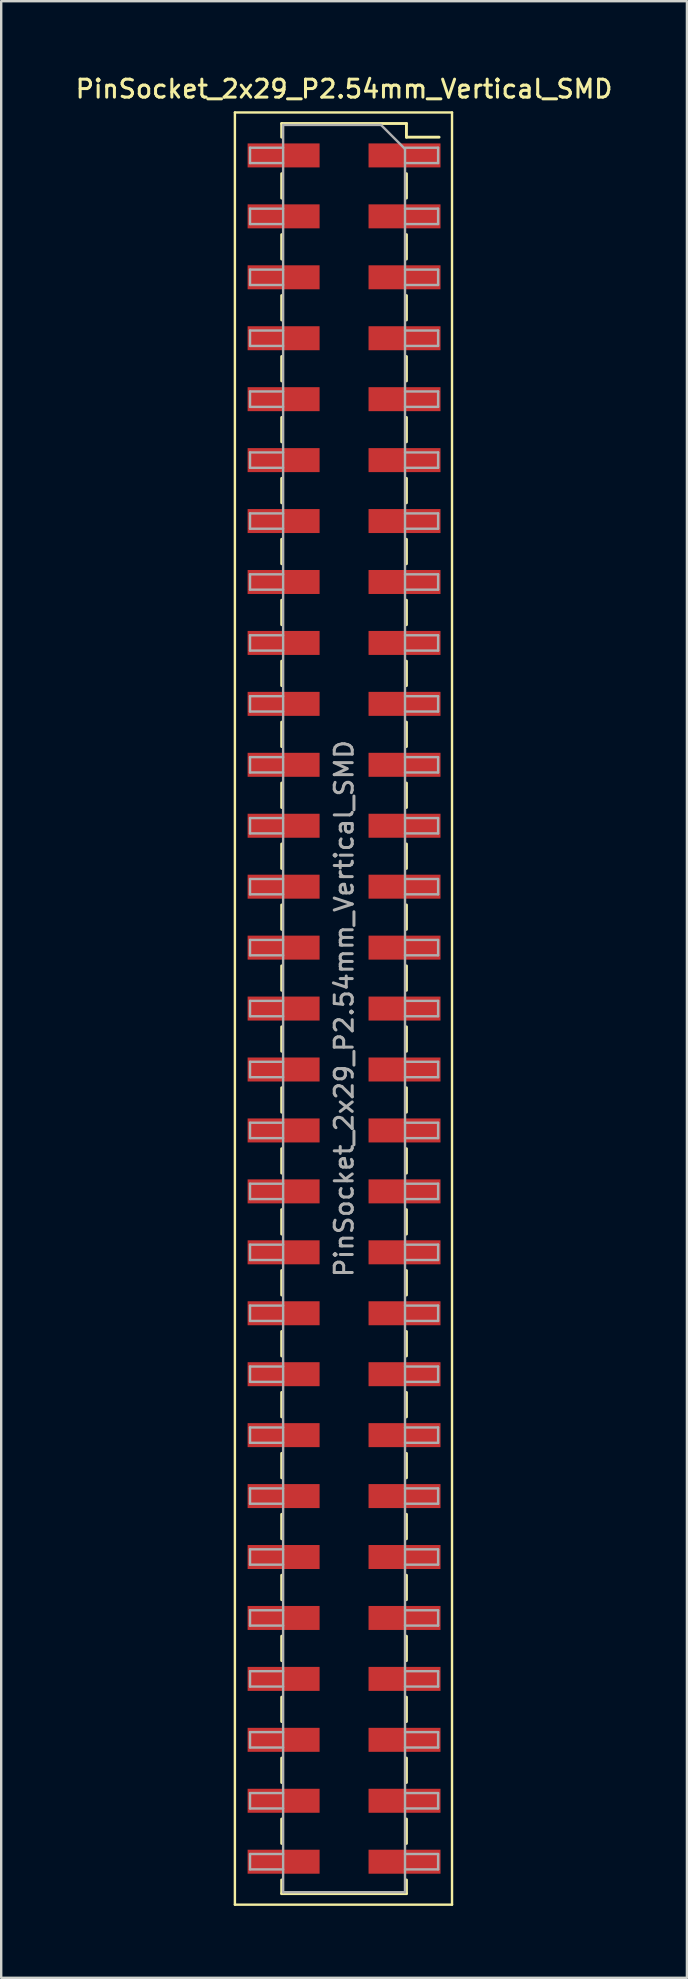
<source format=kicad_pcb>
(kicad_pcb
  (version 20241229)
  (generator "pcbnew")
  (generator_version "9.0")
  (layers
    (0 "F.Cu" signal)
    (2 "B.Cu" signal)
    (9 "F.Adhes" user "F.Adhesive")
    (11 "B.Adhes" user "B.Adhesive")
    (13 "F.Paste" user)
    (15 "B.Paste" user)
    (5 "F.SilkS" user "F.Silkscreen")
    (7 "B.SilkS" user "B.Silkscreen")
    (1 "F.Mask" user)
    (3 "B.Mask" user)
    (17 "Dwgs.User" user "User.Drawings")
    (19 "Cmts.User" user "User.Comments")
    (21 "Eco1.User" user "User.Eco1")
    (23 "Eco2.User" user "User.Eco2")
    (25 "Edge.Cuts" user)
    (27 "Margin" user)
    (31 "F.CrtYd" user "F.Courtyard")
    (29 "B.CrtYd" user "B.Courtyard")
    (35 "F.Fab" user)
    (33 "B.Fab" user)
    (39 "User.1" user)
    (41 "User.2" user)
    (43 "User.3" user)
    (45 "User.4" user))
  (footprint "PinSocket_2x29_P2.54mm_Vertical_SMD"
    (layer "F.Cu")
    (at 11.291 38.988)
    (property "Reference" "PinSocket_2x29_P2.54mm_Vertical_SMD" (at 0 -38.33 0) (layer "F.SilkS") (effects (font (size 0.75 0.75) (thickness 0.125))))
    (attr smd)
    (fp_line (start -4.55 -37.35) (end 4.5 -37.35) (stroke (width 0.1) (type solid)) (layer "F.SilkS"))
    (fp_line (start -4.55 37.35) (end -4.55 -37.35) (stroke (width 0.1) (type solid)) (layer "F.SilkS"))
    (fp_line (start -2.6 -36.89) (end -2.6 -36.32) (stroke (width 0.12) (type solid)) (layer "F.SilkS"))
    (fp_line (start -2.6 -36.89) (end 2.6 -36.89) (stroke (width 0.12) (type solid)) (layer "F.SilkS"))
    (fp_line (start -2.6 -34.8) (end -2.6 -33.78) (stroke (width 0.12) (type solid)) (layer "F.SilkS"))
    (fp_line (start -2.6 -32.26) (end -2.6 -31.24) (stroke (width 0.12) (type solid)) (layer "F.SilkS"))
    (fp_line (start -2.6 -29.72) (end -2.6 -28.7) (stroke (width 0.12) (type solid)) (layer "F.SilkS"))
    (fp_line (start -2.6 -27.18) (end -2.6 -26.16) (stroke (width 0.12) (type solid)) (layer "F.SilkS"))
    (fp_line (start -2.6 -24.64) (end -2.6 -23.62) (stroke (width 0.12) (type solid)) (layer "F.SilkS"))
    (fp_line (start -2.6 -22.1) (end -2.6 -21.08) (stroke (width 0.12) (type solid)) (layer "F.SilkS"))
    (fp_line (start -2.6 -19.56) (end -2.6 -18.54) (stroke (width 0.12) (type solid)) (layer "F.SilkS"))
    (fp_line (start -2.6 -17.02) (end -2.6 -16) (stroke (width 0.12) (type solid)) (layer "F.SilkS"))
    (fp_line (start -2.6 -14.48) (end -2.6 -13.46) (stroke (width 0.12) (type solid)) (layer "F.SilkS"))
    (fp_line (start -2.6 -11.94) (end -2.6 -10.92) (stroke (width 0.12) (type solid)) (layer "F.SilkS"))
    (fp_line (start -2.6 -9.4) (end -2.6 -8.38) (stroke (width 0.12) (type solid)) (layer "F.SilkS"))
    (fp_line (start -2.6 -6.86) (end -2.6 -5.84) (stroke (width 0.12) (type solid)) (layer "F.SilkS"))
    (fp_line (start -2.6 -4.32) (end -2.6 -3.3) (stroke (width 0.12) (type solid)) (layer "F.SilkS"))
    (fp_line (start -2.6 -1.78) (end -2.6 -0.76) (stroke (width 0.12) (type solid)) (layer "F.SilkS"))
    (fp_line (start -2.6 0.76) (end -2.6 1.78) (stroke (width 0.12) (type solid)) (layer "F.SilkS"))
    (fp_line (start -2.6 3.3) (end -2.6 4.32) (stroke (width 0.12) (type solid)) (layer "F.SilkS"))
    (fp_line (start -2.6 5.84) (end -2.6 6.86) (stroke (width 0.12) (type solid)) (layer "F.SilkS"))
    (fp_line (start -2.6 8.38) (end -2.6 9.4) (stroke (width 0.12) (type solid)) (layer "F.SilkS"))
    (fp_line (start -2.6 10.92) (end -2.6 11.94) (stroke (width 0.12) (type solid)) (layer "F.SilkS"))
    (fp_line (start -2.6 13.46) (end -2.6 14.48) (stroke (width 0.12) (type solid)) (layer "F.SilkS"))
    (fp_line (start -2.6 16) (end -2.6 17.02) (stroke (width 0.12) (type solid)) (layer "F.SilkS"))
    (fp_line (start -2.6 18.54) (end -2.6 19.56) (stroke (width 0.12) (type solid)) (layer "F.SilkS"))
    (fp_line (start -2.6 21.08) (end -2.6 22.1) (stroke (width 0.12) (type solid)) (layer "F.SilkS"))
    (fp_line (start -2.6 23.62) (end -2.6 24.64) (stroke (width 0.12) (type solid)) (layer "F.SilkS"))
    (fp_line (start -2.6 26.16) (end -2.6 27.18) (stroke (width 0.12) (type solid)) (layer "F.SilkS"))
    (fp_line (start -2.6 28.7) (end -2.6 29.72) (stroke (width 0.12) (type solid)) (layer "F.SilkS"))
    (fp_line (start -2.6 31.24) (end -2.6 32.26) (stroke (width 0.12) (type solid)) (layer "F.SilkS"))
    (fp_line (start -2.6 33.78) (end -2.6 34.8) (stroke (width 0.12) (type solid)) (layer "F.SilkS"))
    (fp_line (start -2.6 36.32) (end -2.6 36.89) (stroke (width 0.12) (type solid)) (layer "F.SilkS"))
    (fp_line (start -2.6 36.89) (end 2.6 36.89) (stroke (width 0.12) (type solid)) (layer "F.SilkS"))
    (fp_line (start 2.6 -36.89) (end 2.6 -36.32) (stroke (width 0.12) (type solid)) (layer "F.SilkS"))
    (fp_line (start 2.6 -36.32) (end 3.96 -36.32) (stroke (width 0.12) (type solid)) (layer "F.SilkS"))
    (fp_line (start 2.6 -34.8) (end 2.6 -33.78) (stroke (width 0.12) (type solid)) (layer "F.SilkS"))
    (fp_line (start 2.6 -32.26) (end 2.6 -31.24) (stroke (width 0.12) (type solid)) (layer "F.SilkS"))
    (fp_line (start 2.6 -29.72) (end 2.6 -28.7) (stroke (width 0.12) (type solid)) (layer "F.SilkS"))
    (fp_line (start 2.6 -27.18) (end 2.6 -26.16) (stroke (width 0.12) (type solid)) (layer "F.SilkS"))
    (fp_line (start 2.6 -24.64) (end 2.6 -23.62) (stroke (width 0.12) (type solid)) (layer "F.SilkS"))
    (fp_line (start 2.6 -22.1) (end 2.6 -21.08) (stroke (width 0.12) (type solid)) (layer "F.SilkS"))
    (fp_line (start 2.6 -19.56) (end 2.6 -18.54) (stroke (width 0.12) (type solid)) (layer "F.SilkS"))
    (fp_line (start 2.6 -17.02) (end 2.6 -16) (stroke (width 0.12) (type solid)) (layer "F.SilkS"))
    (fp_line (start 2.6 -14.48) (end 2.6 -13.46) (stroke (width 0.12) (type solid)) (layer "F.SilkS"))
    (fp_line (start 2.6 -11.94) (end 2.6 -10.92) (stroke (width 0.12) (type solid)) (layer "F.SilkS"))
    (fp_line (start 2.6 -9.4) (end 2.6 -8.38) (stroke (width 0.12) (type solid)) (layer "F.SilkS"))
    (fp_line (start 2.6 -6.86) (end 2.6 -5.84) (stroke (width 0.12) (type solid)) (layer "F.SilkS"))
    (fp_line (start 2.6 -4.32) (end 2.6 -3.3) (stroke (width 0.12) (type solid)) (layer "F.SilkS"))
    (fp_line (start 2.6 -1.78) (end 2.6 -0.76) (stroke (width 0.12) (type solid)) (layer "F.SilkS"))
    (fp_line (start 2.6 0.76) (end 2.6 1.78) (stroke (width 0.12) (type solid)) (layer "F.SilkS"))
    (fp_line (start 2.6 3.3) (end 2.6 4.32) (stroke (width 0.12) (type solid)) (layer "F.SilkS"))
    (fp_line (start 2.6 5.84) (end 2.6 6.86) (stroke (width 0.12) (type solid)) (layer "F.SilkS"))
    (fp_line (start 2.6 8.38) (end 2.6 9.4) (stroke (width 0.12) (type solid)) (layer "F.SilkS"))
    (fp_line (start 2.6 10.92) (end 2.6 11.94) (stroke (width 0.12) (type solid)) (layer "F.SilkS"))
    (fp_line (start 2.6 13.46) (end 2.6 14.48) (stroke (width 0.12) (type solid)) (layer "F.SilkS"))
    (fp_line (start 2.6 16) (end 2.6 17.02) (stroke (width 0.12) (type solid)) (layer "F.SilkS"))
    (fp_line (start 2.6 18.54) (end 2.6 19.56) (stroke (width 0.12) (type solid)) (layer "F.SilkS"))
    (fp_line (start 2.6 21.08) (end 2.6 22.1) (stroke (width 0.12) (type solid)) (layer "F.SilkS"))
    (fp_line (start 2.6 23.62) (end 2.6 24.64) (stroke (width 0.12) (type solid)) (layer "F.SilkS"))
    (fp_line (start 2.6 26.16) (end 2.6 27.18) (stroke (width 0.12) (type solid)) (layer "F.SilkS"))
    (fp_line (start 2.6 28.7) (end 2.6 29.72) (stroke (width 0.12) (type solid)) (layer "F.SilkS"))
    (fp_line (start 2.6 31.24) (end 2.6 32.26) (stroke (width 0.12) (type solid)) (layer "F.SilkS"))
    (fp_line (start 2.6 33.78) (end 2.6 34.8) (stroke (width 0.12) (type solid)) (layer "F.SilkS"))
    (fp_line (start 2.6 36.32) (end 2.6 36.89) (stroke (width 0.12) (type solid)) (layer "F.SilkS"))
    (fp_line (start 4.5 -37.35) (end 4.5 37.35) (stroke (width 0.1) (type solid)) (layer "F.SilkS"))
    (fp_line (start 4.5 37.35) (end -4.55 37.35) (stroke (width 0.1) (type solid)) (layer "F.SilkS"))
    (fp_line (start -3.92 -35.88) (end -2.54 -35.88) (stroke (width 0.1) (type solid)) (layer "F.Fab"))
    (fp_line (start -3.92 -35.24) (end -3.92 -35.88) (stroke (width 0.1) (type solid)) (layer "F.Fab"))
    (fp_line (start -3.92 -33.34) (end -2.54 -33.34) (stroke (width 0.1) (type solid)) (layer "F.Fab"))
    (fp_line (start -3.92 -32.7) (end -3.92 -33.34) (stroke (width 0.1) (type solid)) (layer "F.Fab"))
    (fp_line (start -3.92 -30.8) (end -2.54 -30.8) (stroke (width 0.1) (type solid)) (layer "F.Fab"))
    (fp_line (start -3.92 -30.16) (end -3.92 -30.8) (stroke (width 0.1) (type solid)) (layer "F.Fab"))
    (fp_line (start -3.92 -28.26) (end -2.54 -28.26) (stroke (width 0.1) (type solid)) (layer "F.Fab"))
    (fp_line (start -3.92 -27.62) (end -3.92 -28.26) (stroke (width 0.1) (type solid)) (layer "F.Fab"))
    (fp_line (start -3.92 -25.72) (end -2.54 -25.72) (stroke (width 0.1) (type solid)) (layer "F.Fab"))
    (fp_line (start -3.92 -25.08) (end -3.92 -25.72) (stroke (width 0.1) (type solid)) (layer "F.Fab"))
    (fp_line (start -3.92 -23.18) (end -2.54 -23.18) (stroke (width 0.1) (type solid)) (layer "F.Fab"))
    (fp_line (start -3.92 -22.54) (end -3.92 -23.18) (stroke (width 0.1) (type solid)) (layer "F.Fab"))
    (fp_line (start -3.92 -20.64) (end -2.54 -20.64) (stroke (width 0.1) (type solid)) (layer "F.Fab"))
    (fp_line (start -3.92 -20) (end -3.92 -20.64) (stroke (width 0.1) (type solid)) (layer "F.Fab"))
    (fp_line (start -3.92 -18.1) (end -2.54 -18.1) (stroke (width 0.1) (type solid)) (layer "F.Fab"))
    (fp_line (start -3.92 -17.46) (end -3.92 -18.1) (stroke (width 0.1) (type solid)) (layer "F.Fab"))
    (fp_line (start -3.92 -15.56) (end -2.54 -15.56) (stroke (width 0.1) (type solid)) (layer "F.Fab"))
    (fp_line (start -3.92 -14.92) (end -3.92 -15.56) (stroke (width 0.1) (type solid)) (layer "F.Fab"))
    (fp_line (start -3.92 -13.02) (end -2.54 -13.02) (stroke (width 0.1) (type solid)) (layer "F.Fab"))
    (fp_line (start -3.92 -12.38) (end -3.92 -13.02) (stroke (width 0.1) (type solid)) (layer "F.Fab"))
    (fp_line (start -3.92 -10.48) (end -2.54 -10.48) (stroke (width 0.1) (type solid)) (layer "F.Fab"))
    (fp_line (start -3.92 -9.84) (end -3.92 -10.48) (stroke (width 0.1) (type solid)) (layer "F.Fab"))
    (fp_line (start -3.92 -7.94) (end -2.54 -7.94) (stroke (width 0.1) (type solid)) (layer "F.Fab"))
    (fp_line (start -3.92 -7.3) (end -3.92 -7.94) (stroke (width 0.1) (type solid)) (layer "F.Fab"))
    (fp_line (start -3.92 -5.4) (end -2.54 -5.4) (stroke (width 0.1) (type solid)) (layer "F.Fab"))
    (fp_line (start -3.92 -4.76) (end -3.92 -5.4) (stroke (width 0.1) (type solid)) (layer "F.Fab"))
    (fp_line (start -3.92 -2.86) (end -2.54 -2.86) (stroke (width 0.1) (type solid)) (layer "F.Fab"))
    (fp_line (start -3.92 -2.22) (end -3.92 -2.86) (stroke (width 0.1) (type solid)) (layer "F.Fab"))
    (fp_line (start -3.92 -0.32) (end -2.54 -0.32) (stroke (width 0.1) (type solid)) (layer "F.Fab"))
    (fp_line (start -3.92 0.32) (end -3.92 -0.32) (stroke (width 0.1) (type solid)) (layer "F.Fab"))
    (fp_line (start -3.92 2.22) (end -2.54 2.22) (stroke (width 0.1) (type solid)) (layer "F.Fab"))
    (fp_line (start -3.92 2.86) (end -3.92 2.22) (stroke (width 0.1) (type solid)) (layer "F.Fab"))
    (fp_line (start -3.92 4.76) (end -2.54 4.76) (stroke (width 0.1) (type solid)) (layer "F.Fab"))
    (fp_line (start -3.92 5.4) (end -3.92 4.76) (stroke (width 0.1) (type solid)) (layer "F.Fab"))
    (fp_line (start -3.92 7.3) (end -2.54 7.3) (stroke (width 0.1) (type solid)) (layer "F.Fab"))
    (fp_line (start -3.92 7.94) (end -3.92 7.3) (stroke (width 0.1) (type solid)) (layer "F.Fab"))
    (fp_line (start -3.92 9.84) (end -2.54 9.84) (stroke (width 0.1) (type solid)) (layer "F.Fab"))
    (fp_line (start -3.92 10.48) (end -3.92 9.84) (stroke (width 0.1) (type solid)) (layer "F.Fab"))
    (fp_line (start -3.92 12.38) (end -2.54 12.38) (stroke (width 0.1) (type solid)) (layer "F.Fab"))
    (fp_line (start -3.92 13.02) (end -3.92 12.38) (stroke (width 0.1) (type solid)) (layer "F.Fab"))
    (fp_line (start -3.92 14.92) (end -2.54 14.92) (stroke (width 0.1) (type solid)) (layer "F.Fab"))
    (fp_line (start -3.92 15.56) (end -3.92 14.92) (stroke (width 0.1) (type solid)) (layer "F.Fab"))
    (fp_line (start -3.92 17.46) (end -2.54 17.46) (stroke (width 0.1) (type solid)) (layer "F.Fab"))
    (fp_line (start -3.92 18.1) (end -3.92 17.46) (stroke (width 0.1) (type solid)) (layer "F.Fab"))
    (fp_line (start -3.92 20) (end -2.54 20) (stroke (width 0.1) (type solid)) (layer "F.Fab"))
    (fp_line (start -3.92 20.64) (end -3.92 20) (stroke (width 0.1) (type solid)) (layer "F.Fab"))
    (fp_line (start -3.92 22.54) (end -2.54 22.54) (stroke (width 0.1) (type solid)) (layer "F.Fab"))
    (fp_line (start -3.92 23.18) (end -3.92 22.54) (stroke (width 0.1) (type solid)) (layer "F.Fab"))
    (fp_line (start -3.92 25.08) (end -2.54 25.08) (stroke (width 0.1) (type solid)) (layer "F.Fab"))
    (fp_line (start -3.92 25.72) (end -3.92 25.08) (stroke (width 0.1) (type solid)) (layer "F.Fab"))
    (fp_line (start -3.92 27.62) (end -2.54 27.62) (stroke (width 0.1) (type solid)) (layer "F.Fab"))
    (fp_line (start -3.92 28.26) (end -3.92 27.62) (stroke (width 0.1) (type solid)) (layer "F.Fab"))
    (fp_line (start -3.92 30.16) (end -2.54 30.16) (stroke (width 0.1) (type solid)) (layer "F.Fab"))
    (fp_line (start -3.92 30.8) (end -3.92 30.16) (stroke (width 0.1) (type solid)) (layer "F.Fab"))
    (fp_line (start -3.92 32.7) (end -2.54 32.7) (stroke (width 0.1) (type solid)) (layer "F.Fab"))
    (fp_line (start -3.92 33.34) (end -3.92 32.7) (stroke (width 0.1) (type solid)) (layer "F.Fab"))
    (fp_line (start -3.92 35.24) (end -2.54 35.24) (stroke (width 0.1) (type solid)) (layer "F.Fab"))
    (fp_line (start -3.92 35.88) (end -3.92 35.24) (stroke (width 0.1) (type solid)) (layer "F.Fab"))
    (fp_line (start -2.54 -36.83) (end 1.54 -36.83) (stroke (width 0.1) (type solid)) (layer "F.Fab"))
    (fp_line (start -2.54 -35.24) (end -3.92 -35.24) (stroke (width 0.1) (type solid)) (layer "F.Fab"))
    (fp_line (start -2.54 -32.7) (end -3.92 -32.7) (stroke (width 0.1) (type solid)) (layer "F.Fab"))
    (fp_line (start -2.54 -30.16) (end -3.92 -30.16) (stroke (width 0.1) (type solid)) (layer "F.Fab"))
    (fp_line (start -2.54 -27.62) (end -3.92 -27.62) (stroke (width 0.1) (type solid)) (layer "F.Fab"))
    (fp_line (start -2.54 -25.08) (end -3.92 -25.08) (stroke (width 0.1) (type solid)) (layer "F.Fab"))
    (fp_line (start -2.54 -22.54) (end -3.92 -22.54) (stroke (width 0.1) (type solid)) (layer "F.Fab"))
    (fp_line (start -2.54 -20) (end -3.92 -20) (stroke (width 0.1) (type solid)) (layer "F.Fab"))
    (fp_line (start -2.54 -17.46) (end -3.92 -17.46) (stroke (width 0.1) (type solid)) (layer "F.Fab"))
    (fp_line (start -2.54 -14.92) (end -3.92 -14.92) (stroke (width 0.1) (type solid)) (layer "F.Fab"))
    (fp_line (start -2.54 -12.38) (end -3.92 -12.38) (stroke (width 0.1) (type solid)) (layer "F.Fab"))
    (fp_line (start -2.54 -9.84) (end -3.92 -9.84) (stroke (width 0.1) (type solid)) (layer "F.Fab"))
    (fp_line (start -2.54 -7.3) (end -3.92 -7.3) (stroke (width 0.1) (type solid)) (layer "F.Fab"))
    (fp_line (start -2.54 -4.76) (end -3.92 -4.76) (stroke (width 0.1) (type solid)) (layer "F.Fab"))
    (fp_line (start -2.54 -2.22) (end -3.92 -2.22) (stroke (width 0.1) (type solid)) (layer "F.Fab"))
    (fp_line (start -2.54 0.32) (end -3.92 0.32) (stroke (width 0.1) (type solid)) (layer "F.Fab"))
    (fp_line (start -2.54 2.86) (end -3.92 2.86) (stroke (width 0.1) (type solid)) (layer "F.Fab"))
    (fp_line (start -2.54 5.4) (end -3.92 5.4) (stroke (width 0.1) (type solid)) (layer "F.Fab"))
    (fp_line (start -2.54 7.94) (end -3.92 7.94) (stroke (width 0.1) (type solid)) (layer "F.Fab"))
    (fp_line (start -2.54 10.48) (end -3.92 10.48) (stroke (width 0.1) (type solid)) (layer "F.Fab"))
    (fp_line (start -2.54 13.02) (end -3.92 13.02) (stroke (width 0.1) (type solid)) (layer "F.Fab"))
    (fp_line (start -2.54 15.56) (end -3.92 15.56) (stroke (width 0.1) (type solid)) (layer "F.Fab"))
    (fp_line (start -2.54 18.1) (end -3.92 18.1) (stroke (width 0.1) (type solid)) (layer "F.Fab"))
    (fp_line (start -2.54 20.64) (end -3.92 20.64) (stroke (width 0.1) (type solid)) (layer "F.Fab"))
    (fp_line (start -2.54 23.18) (end -3.92 23.18) (stroke (width 0.1) (type solid)) (layer "F.Fab"))
    (fp_line (start -2.54 25.72) (end -3.92 25.72) (stroke (width 0.1) (type solid)) (layer "F.Fab"))
    (fp_line (start -2.54 28.26) (end -3.92 28.26) (stroke (width 0.1) (type solid)) (layer "F.Fab"))
    (fp_line (start -2.54 30.8) (end -3.92 30.8) (stroke (width 0.1) (type solid)) (layer "F.Fab"))
    (fp_line (start -2.54 33.34) (end -3.92 33.34) (stroke (width 0.1) (type solid)) (layer "F.Fab"))
    (fp_line (start -2.54 35.88) (end -3.92 35.88) (stroke (width 0.1) (type solid)) (layer "F.Fab"))
    (fp_line (start -2.54 36.83) (end -2.54 -36.83) (stroke (width 0.1) (type solid)) (layer "F.Fab"))
    (fp_line (start 1.54 -36.83) (end 2.54 -35.83) (stroke (width 0.1) (type solid)) (layer "F.Fab"))
    (fp_line (start 2.54 -35.88) (end 3.92 -35.88) (stroke (width 0.1) (type solid)) (layer "F.Fab"))
    (fp_line (start 2.54 -35.83) (end 2.54 36.83) (stroke (width 0.1) (type solid)) (layer "F.Fab"))
    (fp_line (start 2.54 -33.34) (end 3.92 -33.34) (stroke (width 0.1) (type solid)) (layer "F.Fab"))
    (fp_line (start 2.54 -30.8) (end 3.92 -30.8) (stroke (width 0.1) (type solid)) (layer "F.Fab"))
    (fp_line (start 2.54 -28.26) (end 3.92 -28.26) (stroke (width 0.1) (type solid)) (layer "F.Fab"))
    (fp_line (start 2.54 -25.72) (end 3.92 -25.72) (stroke (width 0.1) (type solid)) (layer "F.Fab"))
    (fp_line (start 2.54 -23.18) (end 3.92 -23.18) (stroke (width 0.1) (type solid)) (layer "F.Fab"))
    (fp_line (start 2.54 -20.64) (end 3.92 -20.64) (stroke (width 0.1) (type solid)) (layer "F.Fab"))
    (fp_line (start 2.54 -18.1) (end 3.92 -18.1) (stroke (width 0.1) (type solid)) (layer "F.Fab"))
    (fp_line (start 2.54 -15.56) (end 3.92 -15.56) (stroke (width 0.1) (type solid)) (layer "F.Fab"))
    (fp_line (start 2.54 -13.02) (end 3.92 -13.02) (stroke (width 0.1) (type solid)) (layer "F.Fab"))
    (fp_line (start 2.54 -10.48) (end 3.92 -10.48) (stroke (width 0.1) (type solid)) (layer "F.Fab"))
    (fp_line (start 2.54 -7.94) (end 3.92 -7.94) (stroke (width 0.1) (type solid)) (layer "F.Fab"))
    (fp_line (start 2.54 -5.4) (end 3.92 -5.4) (stroke (width 0.1) (type solid)) (layer "F.Fab"))
    (fp_line (start 2.54 -2.86) (end 3.92 -2.86) (stroke (width 0.1) (type solid)) (layer "F.Fab"))
    (fp_line (start 2.54 -0.32) (end 3.92 -0.32) (stroke (width 0.1) (type solid)) (layer "F.Fab"))
    (fp_line (start 2.54 2.22) (end 3.92 2.22) (stroke (width 0.1) (type solid)) (layer "F.Fab"))
    (fp_line (start 2.54 4.76) (end 3.92 4.76) (stroke (width 0.1) (type solid)) (layer "F.Fab"))
    (fp_line (start 2.54 7.3) (end 3.92 7.3) (stroke (width 0.1) (type solid)) (layer "F.Fab"))
    (fp_line (start 2.54 9.84) (end 3.92 9.84) (stroke (width 0.1) (type solid)) (layer "F.Fab"))
    (fp_line (start 2.54 12.38) (end 3.92 12.38) (stroke (width 0.1) (type solid)) (layer "F.Fab"))
    (fp_line (start 2.54 14.92) (end 3.92 14.92) (stroke (width 0.1) (type solid)) (layer "F.Fab"))
    (fp_line (start 2.54 17.46) (end 3.92 17.46) (stroke (width 0.1) (type solid)) (layer "F.Fab"))
    (fp_line (start 2.54 20) (end 3.92 20) (stroke (width 0.1) (type solid)) (layer "F.Fab"))
    (fp_line (start 2.54 22.54) (end 3.92 22.54) (stroke (width 0.1) (type solid)) (layer "F.Fab"))
    (fp_line (start 2.54 25.08) (end 3.92 25.08) (stroke (width 0.1) (type solid)) (layer "F.Fab"))
    (fp_line (start 2.54 27.62) (end 3.92 27.62) (stroke (width 0.1) (type solid)) (layer "F.Fab"))
    (fp_line (start 2.54 30.16) (end 3.92 30.16) (stroke (width 0.1) (type solid)) (layer "F.Fab"))
    (fp_line (start 2.54 32.7) (end 3.92 32.7) (stroke (width 0.1) (type solid)) (layer "F.Fab"))
    (fp_line (start 2.54 35.24) (end 3.92 35.24) (stroke (width 0.1) (type solid)) (layer "F.Fab"))
    (fp_line (start 2.54 36.83) (end -2.54 36.83) (stroke (width 0.1) (type solid)) (layer "F.Fab"))
    (fp_line (start 3.92 -35.88) (end 3.92 -35.24) (stroke (width 0.1) (type solid)) (layer "F.Fab"))
    (fp_line (start 3.92 -35.24) (end 2.54 -35.24) (stroke (width 0.1) (type solid)) (layer "F.Fab"))
    (fp_line (start 3.92 -33.34) (end 3.92 -32.7) (stroke (width 0.1) (type solid)) (layer "F.Fab"))
    (fp_line (start 3.92 -32.7) (end 2.54 -32.7) (stroke (width 0.1) (type solid)) (layer "F.Fab"))
    (fp_line (start 3.92 -30.8) (end 3.92 -30.16) (stroke (width 0.1) (type solid)) (layer "F.Fab"))
    (fp_line (start 3.92 -30.16) (end 2.54 -30.16) (stroke (width 0.1) (type solid)) (layer "F.Fab"))
    (fp_line (start 3.92 -28.26) (end 3.92 -27.62) (stroke (width 0.1) (type solid)) (layer "F.Fab"))
    (fp_line (start 3.92 -27.62) (end 2.54 -27.62) (stroke (width 0.1) (type solid)) (layer "F.Fab"))
    (fp_line (start 3.92 -25.72) (end 3.92 -25.08) (stroke (width 0.1) (type solid)) (layer "F.Fab"))
    (fp_line (start 3.92 -25.08) (end 2.54 -25.08) (stroke (width 0.1) (type solid)) (layer "F.Fab"))
    (fp_line (start 3.92 -23.18) (end 3.92 -22.54) (stroke (width 0.1) (type solid)) (layer "F.Fab"))
    (fp_line (start 3.92 -22.54) (end 2.54 -22.54) (stroke (width 0.1) (type solid)) (layer "F.Fab"))
    (fp_line (start 3.92 -20.64) (end 3.92 -20) (stroke (width 0.1) (type solid)) (layer "F.Fab"))
    (fp_line (start 3.92 -20) (end 2.54 -20) (stroke (width 0.1) (type solid)) (layer "F.Fab"))
    (fp_line (start 3.92 -18.1) (end 3.92 -17.46) (stroke (width 0.1) (type solid)) (layer "F.Fab"))
    (fp_line (start 3.92 -17.46) (end 2.54 -17.46) (stroke (width 0.1) (type solid)) (layer "F.Fab"))
    (fp_line (start 3.92 -15.56) (end 3.92 -14.92) (stroke (width 0.1) (type solid)) (layer "F.Fab"))
    (fp_line (start 3.92 -14.92) (end 2.54 -14.92) (stroke (width 0.1) (type solid)) (layer "F.Fab"))
    (fp_line (start 3.92 -13.02) (end 3.92 -12.38) (stroke (width 0.1) (type solid)) (layer "F.Fab"))
    (fp_line (start 3.92 -12.38) (end 2.54 -12.38) (stroke (width 0.1) (type solid)) (layer "F.Fab"))
    (fp_line (start 3.92 -10.48) (end 3.92 -9.84) (stroke (width 0.1) (type solid)) (layer "F.Fab"))
    (fp_line (start 3.92 -9.84) (end 2.54 -9.84) (stroke (width 0.1) (type solid)) (layer "F.Fab"))
    (fp_line (start 3.92 -7.94) (end 3.92 -7.3) (stroke (width 0.1) (type solid)) (layer "F.Fab"))
    (fp_line (start 3.92 -7.3) (end 2.54 -7.3) (stroke (width 0.1) (type solid)) (layer "F.Fab"))
    (fp_line (start 3.92 -5.4) (end 3.92 -4.76) (stroke (width 0.1) (type solid)) (layer "F.Fab"))
    (fp_line (start 3.92 -4.76) (end 2.54 -4.76) (stroke (width 0.1) (type solid)) (layer "F.Fab"))
    (fp_line (start 3.92 -2.86) (end 3.92 -2.22) (stroke (width 0.1) (type solid)) (layer "F.Fab"))
    (fp_line (start 3.92 -2.22) (end 2.54 -2.22) (stroke (width 0.1) (type solid)) (layer "F.Fab"))
    (fp_line (start 3.92 -0.32) (end 3.92 0.32) (stroke (width 0.1) (type solid)) (layer "F.Fab"))
    (fp_line (start 3.92 0.32) (end 2.54 0.32) (stroke (width 0.1) (type solid)) (layer "F.Fab"))
    (fp_line (start 3.92 2.22) (end 3.92 2.86) (stroke (width 0.1) (type solid)) (layer "F.Fab"))
    (fp_line (start 3.92 2.86) (end 2.54 2.86) (stroke (width 0.1) (type solid)) (layer "F.Fab"))
    (fp_line (start 3.92 4.76) (end 3.92 5.4) (stroke (width 0.1) (type solid)) (layer "F.Fab"))
    (fp_line (start 3.92 5.4) (end 2.54 5.4) (stroke (width 0.1) (type solid)) (layer "F.Fab"))
    (fp_line (start 3.92 7.3) (end 3.92 7.94) (stroke (width 0.1) (type solid)) (layer "F.Fab"))
    (fp_line (start 3.92 7.94) (end 2.54 7.94) (stroke (width 0.1) (type solid)) (layer "F.Fab"))
    (fp_line (start 3.92 9.84) (end 3.92 10.48) (stroke (width 0.1) (type solid)) (layer "F.Fab"))
    (fp_line (start 3.92 10.48) (end 2.54 10.48) (stroke (width 0.1) (type solid)) (layer "F.Fab"))
    (fp_line (start 3.92 12.38) (end 3.92 13.02) (stroke (width 0.1) (type solid)) (layer "F.Fab"))
    (fp_line (start 3.92 13.02) (end 2.54 13.02) (stroke (width 0.1) (type solid)) (layer "F.Fab"))
    (fp_line (start 3.92 14.92) (end 3.92 15.56) (stroke (width 0.1) (type solid)) (layer "F.Fab"))
    (fp_line (start 3.92 15.56) (end 2.54 15.56) (stroke (width 0.1) (type solid)) (layer "F.Fab"))
    (fp_line (start 3.92 17.46) (end 3.92 18.1) (stroke (width 0.1) (type solid)) (layer "F.Fab"))
    (fp_line (start 3.92 18.1) (end 2.54 18.1) (stroke (width 0.1) (type solid)) (layer "F.Fab"))
    (fp_line (start 3.92 20) (end 3.92 20.64) (stroke (width 0.1) (type solid)) (layer "F.Fab"))
    (fp_line (start 3.92 20.64) (end 2.54 20.64) (stroke (width 0.1) (type solid)) (layer "F.Fab"))
    (fp_line (start 3.92 22.54) (end 3.92 23.18) (stroke (width 0.1) (type solid)) (layer "F.Fab"))
    (fp_line (start 3.92 23.18) (end 2.54 23.18) (stroke (width 0.1) (type solid)) (layer "F.Fab"))
    (fp_line (start 3.92 25.08) (end 3.92 25.72) (stroke (width 0.1) (type solid)) (layer "F.Fab"))
    (fp_line (start 3.92 25.72) (end 2.54 25.72) (stroke (width 0.1) (type solid)) (layer "F.Fab"))
    (fp_line (start 3.92 27.62) (end 3.92 28.26) (stroke (width 0.1) (type solid)) (layer "F.Fab"))
    (fp_line (start 3.92 28.26) (end 2.54 28.26) (stroke (width 0.1) (type solid)) (layer "F.Fab"))
    (fp_line (start 3.92 30.16) (end 3.92 30.8) (stroke (width 0.1) (type solid)) (layer "F.Fab"))
    (fp_line (start 3.92 30.8) (end 2.54 30.8) (stroke (width 0.1) (type solid)) (layer "F.Fab"))
    (fp_line (start 3.92 32.7) (end 3.92 33.34) (stroke (width 0.1) (type solid)) (layer "F.Fab"))
    (fp_line (start 3.92 33.34) (end 2.54 33.34) (stroke (width 0.1) (type solid)) (layer "F.Fab"))
    (fp_line (start 3.92 35.24) (end 3.92 35.88) (stroke (width 0.1) (type solid)) (layer "F.Fab"))
    (fp_line (start 3.92 35.88) (end 2.54 35.88) (stroke (width 0.1) (type solid)) (layer "F.Fab"))
    (fp_text user "${REFERENCE}" (at 0 0 90) (layer "F.Fab") (effects (font (size 0.75 0.75) (thickness 0.125))))
    (pad "1" smd rect (at 2.52 -35.56) (size 3 1) (layers "F.Cu" "F.Mask" "F.Paste"))
    (pad "2" smd rect (at -2.52 -35.56) (size 3 1) (layers "F.Cu" "F.Mask" "F.Paste"))
    (pad "3" smd rect (at 2.52 -33.02) (size 3 1) (layers "F.Cu" "F.Mask" "F.Paste"))
    (pad "4" smd rect (at -2.52 -33.02) (size 3 1) (layers "F.Cu" "F.Mask" "F.Paste"))
    (pad "5" smd rect (at 2.52 -30.48) (size 3 1) (layers "F.Cu" "F.Mask" "F.Paste"))
    (pad "6" smd rect (at -2.52 -30.48) (size 3 1) (layers "F.Cu" "F.Mask" "F.Paste"))
    (pad "7" smd rect (at 2.52 -27.94) (size 3 1) (layers "F.Cu" "F.Mask" "F.Paste"))
    (pad "8" smd rect (at -2.52 -27.94) (size 3 1) (layers "F.Cu" "F.Mask" "F.Paste"))
    (pad "9" smd rect (at 2.52 -25.4) (size 3 1) (layers "F.Cu" "F.Mask" "F.Paste"))
    (pad "10" smd rect (at -2.52 -25.4) (size 3 1) (layers "F.Cu" "F.Mask" "F.Paste"))
    (pad "11" smd rect (at 2.52 -22.86) (size 3 1) (layers "F.Cu" "F.Mask" "F.Paste"))
    (pad "12" smd rect (at -2.52 -22.86) (size 3 1) (layers "F.Cu" "F.Mask" "F.Paste"))
    (pad "13" smd rect (at 2.52 -20.32) (size 3 1) (layers "F.Cu" "F.Mask" "F.Paste"))
    (pad "14" smd rect (at -2.52 -20.32) (size 3 1) (layers "F.Cu" "F.Mask" "F.Paste"))
    (pad "15" smd rect (at 2.52 -17.78) (size 3 1) (layers "F.Cu" "F.Mask" "F.Paste"))
    (pad "16" smd rect (at -2.52 -17.78) (size 3 1) (layers "F.Cu" "F.Mask" "F.Paste"))
    (pad "17" smd rect (at 2.52 -15.24) (size 3 1) (layers "F.Cu" "F.Mask" "F.Paste"))
    (pad "18" smd rect (at -2.52 -15.24) (size 3 1) (layers "F.Cu" "F.Mask" "F.Paste"))
    (pad "19" smd rect (at 2.52 -12.7) (size 3 1) (layers "F.Cu" "F.Mask" "F.Paste"))
    (pad "20" smd rect (at -2.52 -12.7) (size 3 1) (layers "F.Cu" "F.Mask" "F.Paste"))
    (pad "21" smd rect (at 2.52 -10.16) (size 3 1) (layers "F.Cu" "F.Mask" "F.Paste"))
    (pad "22" smd rect (at -2.52 -10.16) (size 3 1) (layers "F.Cu" "F.Mask" "F.Paste"))
    (pad "23" smd rect (at 2.52 -7.62) (size 3 1) (layers "F.Cu" "F.Mask" "F.Paste"))
    (pad "24" smd rect (at -2.52 -7.62) (size 3 1) (layers "F.Cu" "F.Mask" "F.Paste"))
    (pad "25" smd rect (at 2.52 -5.08) (size 3 1) (layers "F.Cu" "F.Mask" "F.Paste"))
    (pad "26" smd rect (at -2.52 -5.08) (size 3 1) (layers "F.Cu" "F.Mask" "F.Paste"))
    (pad "27" smd rect (at 2.52 -2.54) (size 3 1) (layers "F.Cu" "F.Mask" "F.Paste"))
    (pad "28" smd rect (at -2.52 -2.54) (size 3 1) (layers "F.Cu" "F.Mask" "F.Paste"))
    (pad "29" smd rect (at 2.52 0) (size 3 1) (layers "F.Cu" "F.Mask" "F.Paste"))
    (pad "30" smd rect (at -2.52 0) (size 3 1) (layers "F.Cu" "F.Mask" "F.Paste"))
    (pad "31" smd rect (at 2.52 2.54) (size 3 1) (layers "F.Cu" "F.Mask" "F.Paste"))
    (pad "32" smd rect (at -2.52 2.54) (size 3 1) (layers "F.Cu" "F.Mask" "F.Paste"))
    (pad "33" smd rect (at 2.52 5.08) (size 3 1) (layers "F.Cu" "F.Mask" "F.Paste"))
    (pad "34" smd rect (at -2.52 5.08) (size 3 1) (layers "F.Cu" "F.Mask" "F.Paste"))
    (pad "35" smd rect (at 2.52 7.62) (size 3 1) (layers "F.Cu" "F.Mask" "F.Paste"))
    (pad "36" smd rect (at -2.52 7.62) (size 3 1) (layers "F.Cu" "F.Mask" "F.Paste"))
    (pad "37" smd rect (at 2.52 10.16) (size 3 1) (layers "F.Cu" "F.Mask" "F.Paste"))
    (pad "38" smd rect (at -2.52 10.16) (size 3 1) (layers "F.Cu" "F.Mask" "F.Paste"))
    (pad "39" smd rect (at 2.52 12.7) (size 3 1) (layers "F.Cu" "F.Mask" "F.Paste"))
    (pad "40" smd rect (at -2.52 12.7) (size 3 1) (layers "F.Cu" "F.Mask" "F.Paste"))
    (pad "41" smd rect (at 2.52 15.24) (size 3 1) (layers "F.Cu" "F.Mask" "F.Paste"))
    (pad "42" smd rect (at -2.52 15.24) (size 3 1) (layers "F.Cu" "F.Mask" "F.Paste"))
    (pad "43" smd rect (at 2.52 17.78) (size 3 1) (layers "F.Cu" "F.Mask" "F.Paste"))
    (pad "44" smd rect (at -2.52 17.78) (size 3 1) (layers "F.Cu" "F.Mask" "F.Paste"))
    (pad "45" smd rect (at 2.52 20.32) (size 3 1) (layers "F.Cu" "F.Mask" "F.Paste"))
    (pad "46" smd rect (at -2.52 20.32) (size 3 1) (layers "F.Cu" "F.Mask" "F.Paste"))
    (pad "47" smd rect (at 2.52 22.86) (size 3 1) (layers "F.Cu" "F.Mask" "F.Paste"))
    (pad "48" smd rect (at -2.52 22.86) (size 3 1) (layers "F.Cu" "F.Mask" "F.Paste"))
    (pad "49" smd rect (at 2.52 25.4) (size 3 1) (layers "F.Cu" "F.Mask" "F.Paste"))
    (pad "50" smd rect (at -2.52 25.4) (size 3 1) (layers "F.Cu" "F.Mask" "F.Paste"))
    (pad "51" smd rect (at 2.52 27.94) (size 3 1) (layers "F.Cu" "F.Mask" "F.Paste"))
    (pad "52" smd rect (at -2.52 27.94) (size 3 1) (layers "F.Cu" "F.Mask" "F.Paste"))
    (pad "53" smd rect (at 2.52 30.48) (size 3 1) (layers "F.Cu" "F.Mask" "F.Paste"))
    (pad "54" smd rect (at -2.52 30.48) (size 3 1) (layers "F.Cu" "F.Mask" "F.Paste"))
    (pad "55" smd rect (at 2.52 33.02) (size 3 1) (layers "F.Cu" "F.Mask" "F.Paste"))
    (pad "56" smd rect (at -2.52 33.02) (size 3 1) (layers "F.Cu" "F.Mask" "F.Paste"))
    (pad "57" smd rect (at 2.52 35.56) (size 3 1) (layers "F.Cu" "F.Mask" "F.Paste"))
    (pad "58" smd rect (at -2.52 35.56) (size 3 1) (layers "F.Cu" "F.Mask" "F.Paste")))
  (gr_rect
    (start -3 -3)
    (end 25.582 79.388)
    (stroke (width 0.1) (type default))
    (fill no)
    (layer "Edge.Cuts")))
</source>
